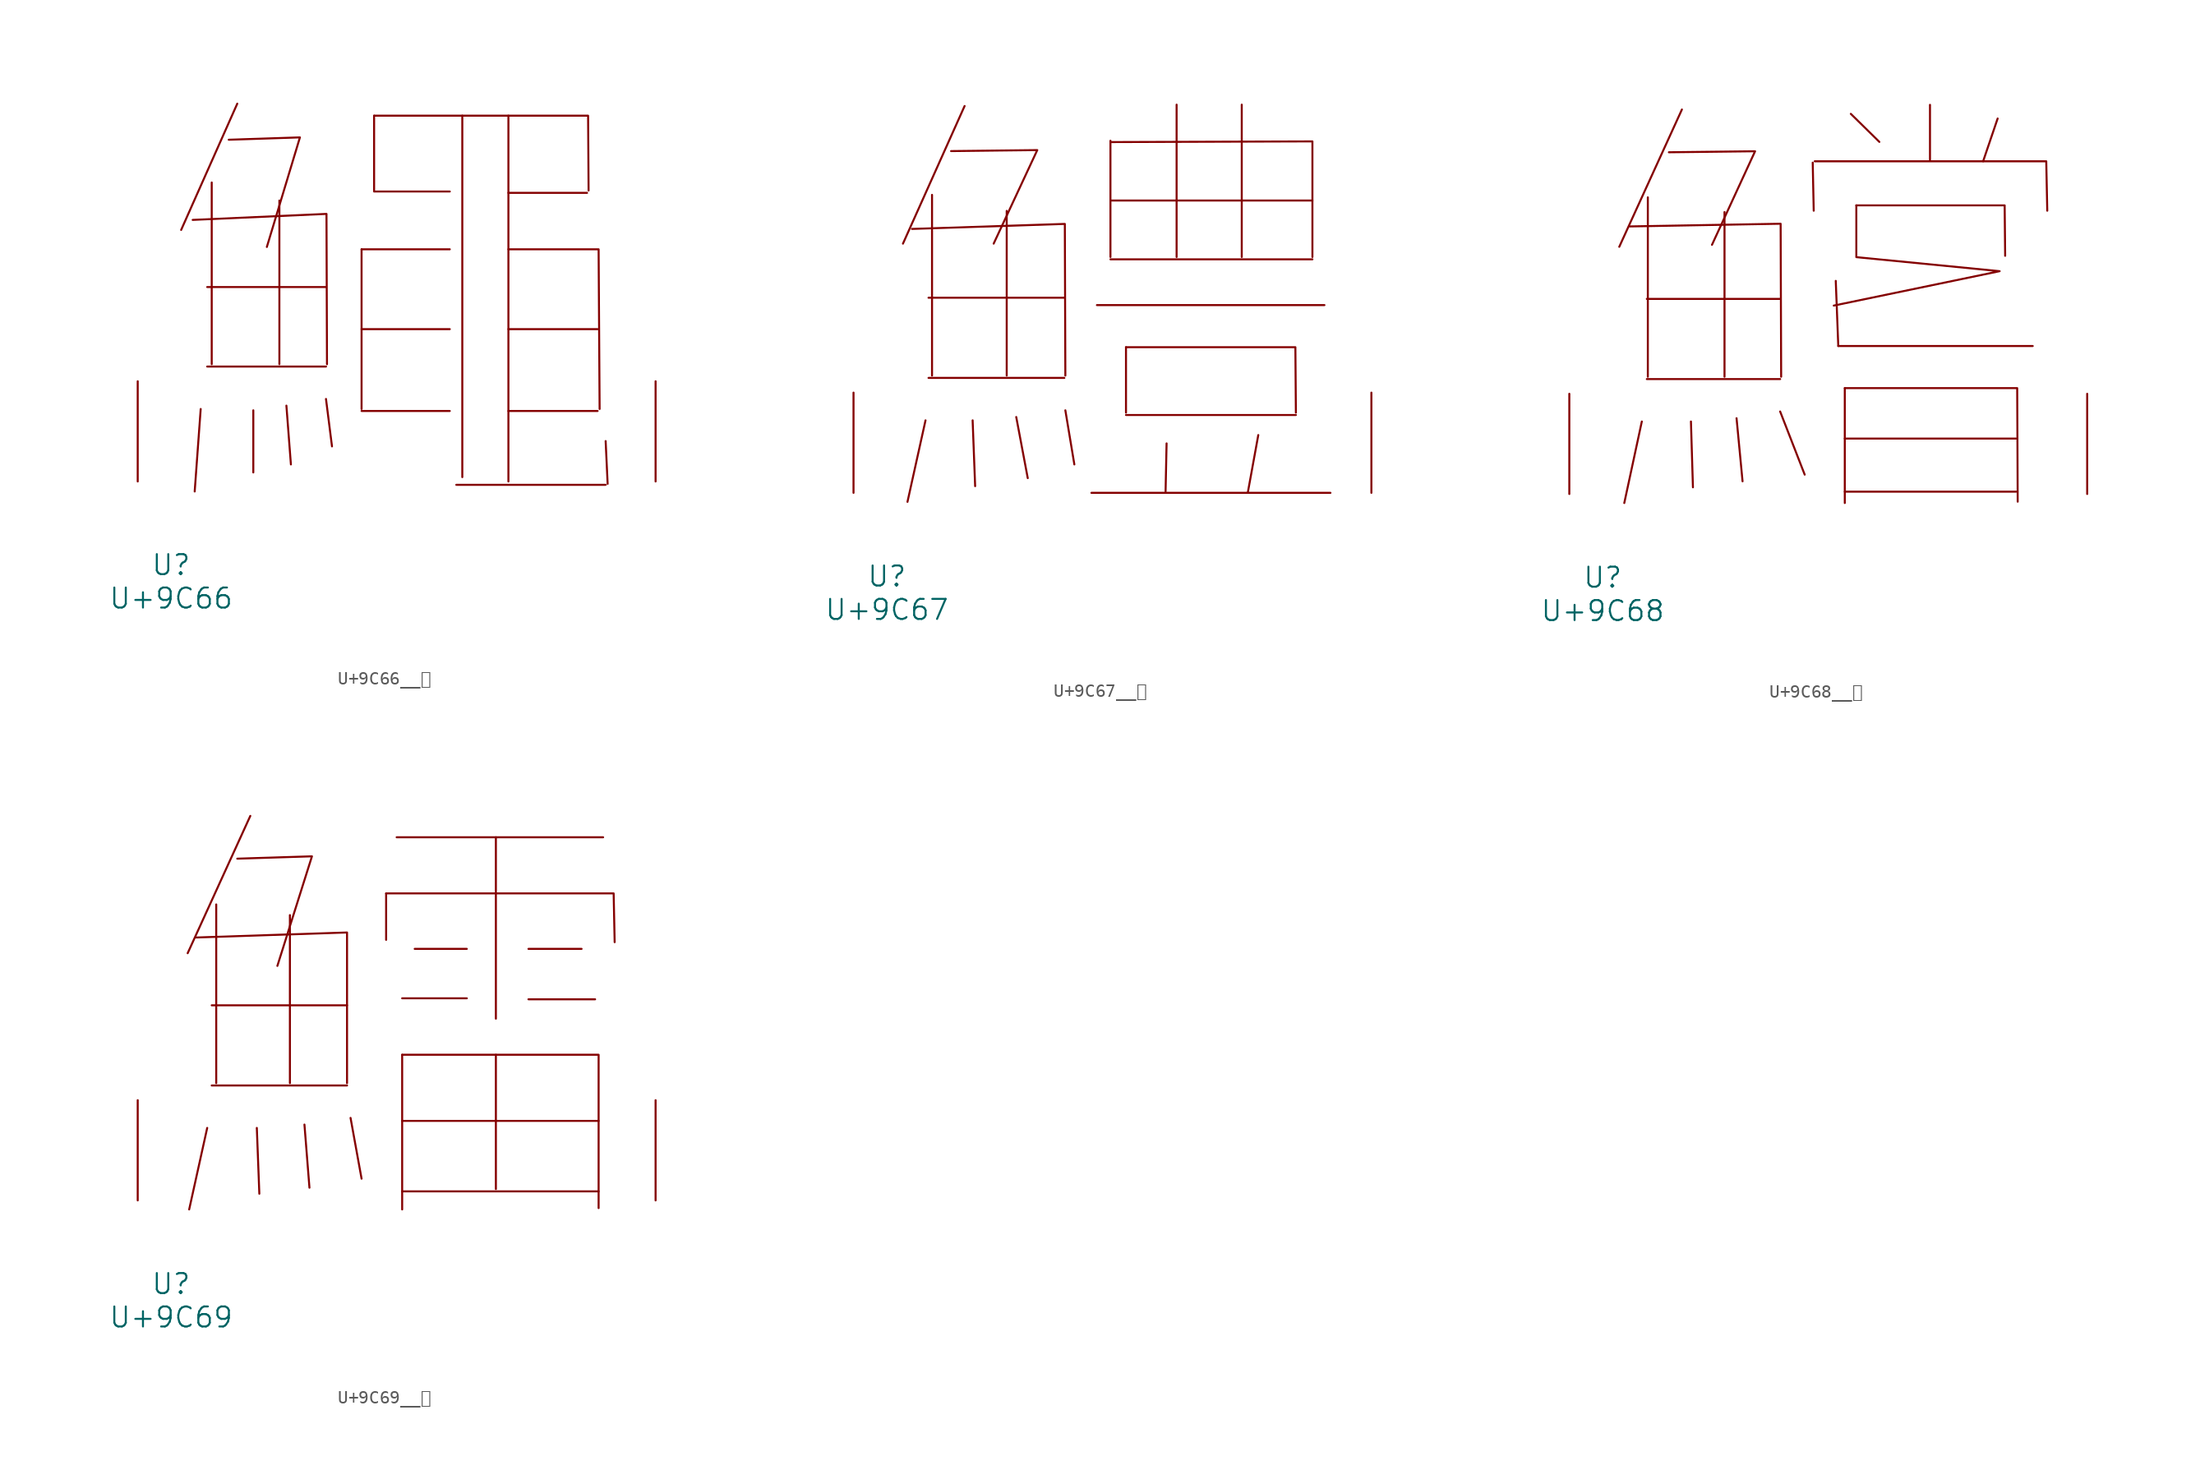
<source format=kicad_sym>
(kicad_symbol_lib
  (version 20231120)
  (generator "kicad_symbol_editor")
  (generator_version "8.0")
  (symbol "U+9C66__鱦"
    (pin_names
      (offset 1.016))
    (property "Reference" "U"
      (at 0 -6.35 0)
      (effects (font (size 1.524 1.524))))
    (property "Value" "U+9C66"
      (at 0 -8.89 0)
      (effects (font (size 1.524 1.524))))
    (symbol "U+9C66__鱦_0_1"
      (polyline (pts (xy 2.248 5.512) (xy 1.791 -0.762)) (stroke (width 0) (type solid)) (fill (type none)))
      (polyline (pts (xy 2.743 8.738) (xy 11.773 8.738)) (stroke (width 0) (type solid)) (fill (type none)))
      (polyline (pts (xy 2.743 14.783) (xy 11.773 14.783)) (stroke (width 0) (type solid)) (fill (type none)))
      (polyline (pts (xy 3.086 22.733) (xy 3.086 8.915)) (stroke (width 0) (type solid)) (fill (type none)))
      (polyline (pts (xy 5.029 28.727) (xy 0.762 19.126)) (stroke (width 0) (type solid)) (fill (type none)))
      (polyline (pts (xy 6.248 5.41) (xy 6.248 0.686)) (stroke (width 0) (type solid)) (fill (type none)))
      (polyline (pts (xy 8.23 21.361) (xy 8.23 8.915)) (stroke (width 0) (type solid)) (fill (type none)))
      (polyline (pts (xy 8.763 5.766) (xy 9.106 1.295)) (stroke (width 0) (type solid)) (fill (type none)))
      (polyline (pts (xy 11.773 6.274) (xy 12.23 2.667)) (stroke (width 0) (type solid)) (fill (type none)))
      (polyline (pts (xy 14.478 5.359) (xy 21.184 5.359)) (stroke (width 0) (type solid)) (fill (type none)))
      (polyline (pts (xy 14.478 11.582) (xy 21.184 11.582)) (stroke (width 0) (type solid)) (fill (type none)))
      (polyline (pts (xy 14.478 17.653) (xy 14.478 5.512)) (stroke (width 0) (type solid)) (fill (type none)))
      (polyline (pts (xy 14.478 17.653) (xy 21.184 17.653)) (stroke (width 0) (type solid)) (fill (type none)))
      (polyline (pts (xy 15.431 22.047) (xy 21.184 22.047)) (stroke (width 0) (type solid)) (fill (type none)))
      (polyline (pts (xy 15.431 27.813) (xy 15.431 22.123)) (stroke (width 0) (type solid)) (fill (type none)))
      (polyline (pts (xy 21.679 -0.254) (xy 33.033 -0.254)) (stroke (width 0) (type solid)) (fill (type none)))
      (polyline (pts (xy 22.136 27.813) (xy 22.136 0.33)) (stroke (width 0) (type solid)) (fill (type none)))
      (polyline (pts (xy 25.641 5.359) (xy 32.423 5.359)) (stroke (width 0) (type solid)) (fill (type none)))
      (polyline (pts (xy 25.641 11.582) (xy 32.423 11.582)) (stroke (width 0) (type solid)) (fill (type none)))
      (polyline (pts (xy 25.641 21.946) (xy 31.623 21.946)) (stroke (width 0) (type solid)) (fill (type none)))
      (polyline (pts (xy 25.641 27.813) (xy 25.641 0)) (stroke (width 0) (type solid)) (fill (type none)))
      (polyline (pts (xy 33.033 3.073) (xy 33.185 -0.178)) (stroke (width 0) (type solid)) (fill (type none)))
      (polyline (pts (xy 1.638 19.888) (xy 11.811 20.345) (xy 11.849 8.915)) (stroke (width 0) (type solid)) (fill (type none)))
      (polyline (pts (xy 4.381 25.984) (xy 9.792 26.162) (xy 7.277 17.831)) (stroke (width 0) (type solid)) (fill (type none)))
      (polyline (pts (xy 15.431 27.813) (xy 31.699 27.813) (xy 31.737 22.123)) (stroke (width 0) (type solid)) (fill (type none)))
      (polyline (pts (xy 25.641 17.653) (xy 32.499 17.653) (xy 32.575 5.512)) (stroke (width 0) (type solid)) (fill (type none)))
      (pin input line (at -2.54 0 90) (length 7.62) (name "~" (effects (font (size 1.27 1.27)))) (number "~" (effects (font (size 1.27 1.27)))))
      (pin input line (at 36.83 0 90) (length 7.62) (name "~" (effects (font (size 1.27 1.27)))) (number "~" (effects (font (size 1.27 1.27)))))))
  (symbol "U+9C67__鱧"
    (pin_names
      (offset 1.016))
    (property "Reference" "U"
      (at 0 -6.35 0)
      (effects (font (size 1.524 1.524))))
    (property "Value" "U+9C67"
      (at 0 -8.89 0)
      (effects (font (size 1.524 1.524))))
    (symbol "U+9C67__鱧_0_1"
      (polyline (pts (xy 2.934 5.512) (xy 1.562 -0.686)) (stroke (width 0) (type solid)) (fill (type none)))
      (polyline (pts (xy 3.162 8.738) (xy 13.487 8.738)) (stroke (width 0) (type solid)) (fill (type none)))
      (polyline (pts (xy 3.162 14.834) (xy 13.487 14.834)) (stroke (width 0) (type solid)) (fill (type none)))
      (polyline (pts (xy 3.429 22.657) (xy 3.429 8.915)) (stroke (width 0) (type solid)) (fill (type none)))
      (polyline (pts (xy 5.905 29.413) (xy 1.219 18.948)) (stroke (width 0) (type solid)) (fill (type none)))
      (polyline (pts (xy 6.515 5.512) (xy 6.706 0.508)) (stroke (width 0) (type solid)) (fill (type none)))
      (polyline (pts (xy 9.106 21.438) (xy 9.106 8.915)) (stroke (width 0) (type solid)) (fill (type none)))
      (polyline (pts (xy 9.83 5.766) (xy 10.706 1.118)) (stroke (width 0) (type solid)) (fill (type none)))
      (polyline (pts (xy 13.564 6.274) (xy 14.249 2.159)) (stroke (width 0) (type solid)) (fill (type none)))
      (polyline (pts (xy 15.545 0) (xy 33.718 0)) (stroke (width 0) (type solid)) (fill (type none)))
      (polyline (pts (xy 15.964 14.275) (xy 33.261 14.275)) (stroke (width 0) (type solid)) (fill (type none)))
      (polyline (pts (xy 16.993 17.755) (xy 32.347 17.755)) (stroke (width 0) (type solid)) (fill (type none)))
      (polyline (pts (xy 16.993 22.225) (xy 32.347 22.225)) (stroke (width 0) (type solid)) (fill (type none)))
      (polyline (pts (xy 16.993 26.772) (xy 16.993 17.932)) (stroke (width 0) (type solid)) (fill (type none)))
      (polyline (pts (xy 18.174 5.918) (xy 31.09 5.918)) (stroke (width 0) (type solid)) (fill (type none)))
      (polyline (pts (xy 18.174 11.074) (xy 18.174 6.096)) (stroke (width 0) (type solid)) (fill (type none)))
      (polyline (pts (xy 21.26 3.759) (xy 21.184 0.102)) (stroke (width 0) (type solid)) (fill (type none)))
      (polyline (pts (xy 22.022 29.515) (xy 22.022 17.932)) (stroke (width 0) (type solid)) (fill (type none)))
      (polyline (pts (xy 26.975 29.515) (xy 26.975 17.932)) (stroke (width 0) (type solid)) (fill (type none)))
      (polyline (pts (xy 28.232 4.394) (xy 27.432 0)) (stroke (width 0) (type solid)) (fill (type none)))
      (polyline (pts (xy 1.905 20.066) (xy 13.525 20.447) (xy 13.564 8.915)) (stroke (width 0) (type solid)) (fill (type none)))
      (polyline (pts (xy 4.877 25.984) (xy 11.43 26.06) (xy 8.115 18.948)) (stroke (width 0) (type solid)) (fill (type none)))
      (polyline (pts (xy 16.993 26.67) (xy 32.347 26.721) (xy 32.347 17.932)) (stroke (width 0) (type solid)) (fill (type none)))
      (polyline (pts (xy 18.174 11.074) (xy 31.052 11.074) (xy 31.09 6.096)) (stroke (width 0) (type solid)) (fill (type none)))
      (pin input line (at -2.54 0 90) (length 7.62) (name "~" (effects (font (size 1.27 1.27)))) (number "~" (effects (font (size 1.27 1.27)))))
      (pin input line (at 36.83 0 90) (length 7.62) (name "~" (effects (font (size 1.27 1.27)))) (number "~" (effects (font (size 1.27 1.27)))))))
  (symbol "U+9C68__鱨"
    (pin_names
      (offset 1.016))
    (property "Reference" "U"
      (at 0 -6.35 0)
      (effects (font (size 1.524 1.524))))
    (property "Value" "U+9C68"
      (at 0 -8.89 0)
      (effects (font (size 1.524 1.524))))
    (symbol "U+9C68__鱨_0_1"
      (polyline (pts (xy 2.972 5.512) (xy 1.638 -0.686)) (stroke (width 0) (type solid)) (fill (type none)))
      (polyline (pts (xy 3.353 8.738) (xy 13.487 8.738)) (stroke (width 0) (type solid)) (fill (type none)))
      (polyline (pts (xy 3.353 14.834) (xy 13.487 14.834)) (stroke (width 0) (type solid)) (fill (type none)))
      (polyline (pts (xy 3.429 22.555) (xy 3.429 8.915)) (stroke (width 0) (type solid)) (fill (type none)))
      (polyline (pts (xy 6.02 29.235) (xy 1.257 18.796)) (stroke (width 0) (type solid)) (fill (type none)))
      (polyline (pts (xy 6.706 5.512) (xy 6.858 0.508)) (stroke (width 0) (type solid)) (fill (type none)))
      (polyline (pts (xy 9.258 21.438) (xy 9.258 8.915)) (stroke (width 0) (type solid)) (fill (type none)))
      (polyline (pts (xy 10.173 5.766) (xy 10.63 0.965)) (stroke (width 0) (type solid)) (fill (type none)))
      (polyline (pts (xy 13.487 6.274) (xy 15.354 1.473)) (stroke (width 0) (type solid)) (fill (type none)))
      (polyline (pts (xy 15.964 25.197) (xy 16.04 21.539)) (stroke (width 0) (type solid)) (fill (type none)))
      (polyline (pts (xy 17.716 16.205) (xy 17.907 11.252)) (stroke (width 0) (type solid)) (fill (type none)))
      (polyline (pts (xy 17.907 11.252) (xy 32.69 11.252)) (stroke (width 0) (type solid)) (fill (type none)))
      (polyline (pts (xy 18.402 0.178) (xy 31.433 0.178)) (stroke (width 0) (type solid)) (fill (type none)))
      (polyline (pts (xy 18.402 4.216) (xy 31.433 4.216)) (stroke (width 0) (type solid)) (fill (type none)))
      (polyline (pts (xy 18.402 8.052) (xy 18.402 -0.686)) (stroke (width 0) (type solid)) (fill (type none)))
      (polyline (pts (xy 18.86 28.905) (xy 21.031 26.772)) (stroke (width 0) (type solid)) (fill (type none)))
      (polyline (pts (xy 24.879 29.591) (xy 24.879 25.375)) (stroke (width 0) (type solid)) (fill (type none)))
      (polyline (pts (xy 30.023 28.55) (xy 28.918 25.298)) (stroke (width 0) (type solid)) (fill (type none)))
      (polyline (pts (xy 2.057 20.345) (xy 13.525 20.549) (xy 13.564 8.915)) (stroke (width 0) (type solid)) (fill (type none)))
      (polyline (pts (xy 5.029 25.984) (xy 11.582 26.06) (xy 8.306 18.948)) (stroke (width 0) (type solid)) (fill (type none)))
      (polyline (pts (xy 16.116 25.298) (xy 33.718 25.298) (xy 33.795 21.539)) (stroke (width 0) (type solid)) (fill (type none)))
      (polyline (pts (xy 18.402 8.052) (xy 31.509 8.052) (xy 31.547 -0.584)) (stroke (width 0) (type solid)) (fill (type none)))
      (polyline (pts (xy 19.279 21.946) (xy 30.556 21.946) (xy 30.594 18.11)) (stroke (width 0) (type solid)) (fill (type none)))
      (polyline (pts (xy 19.279 21.946) (xy 19.279 18.009) (xy 30.175 16.942) (xy 17.564 14.326)) (stroke (width 0) (type solid)) (fill (type none)))
      (pin input line (at -2.54 0 90) (length 7.62) (name "~" (effects (font (size 1.27 1.27)))) (number "~" (effects (font (size 1.27 1.27)))))
      (pin input line (at 36.83 0 90) (length 7.62) (name "~" (effects (font (size 1.27 1.27)))) (number "~" (effects (font (size 1.27 1.27)))))))
  (symbol "U+9C69__鱩"
    (pin_names
      (offset 1.016))
    (property "Reference" "U"
      (at 0 -6.35 0)
      (effects (font (size 1.524 1.524))))
    (property "Value" "U+9C69"
      (at 0 -8.89 0)
      (effects (font (size 1.524 1.524))))
    (symbol "U+9C69__鱩_0_1"
      (polyline (pts (xy 2.743 5.512) (xy 1.372 -0.686)) (stroke (width 0) (type solid)) (fill (type none)))
      (polyline (pts (xy 3.086 8.738) (xy 13.373 8.738)) (stroke (width 0) (type solid)) (fill (type none)))
      (polyline (pts (xy 3.086 14.834) (xy 13.373 14.834)) (stroke (width 0) (type solid)) (fill (type none)))
      (polyline (pts (xy 3.429 22.504) (xy 3.429 8.915)) (stroke (width 0) (type solid)) (fill (type none)))
      (polyline (pts (xy 6.02 29.235) (xy 1.257 18.796)) (stroke (width 0) (type solid)) (fill (type none)))
      (polyline (pts (xy 6.515 5.512) (xy 6.706 0.508)) (stroke (width 0) (type solid)) (fill (type none)))
      (polyline (pts (xy 9.03 21.692) (xy 9.03 8.915)) (stroke (width 0) (type solid)) (fill (type none)))
      (polyline (pts (xy 10.135 5.766) (xy 10.516 0.965)) (stroke (width 0) (type solid)) (fill (type none)))
      (polyline (pts (xy 13.64 6.274) (xy 14.478 1.651)) (stroke (width 0) (type solid)) (fill (type none)))
      (polyline (pts (xy 16.345 23.343) (xy 16.345 19.812)) (stroke (width 0) (type solid)) (fill (type none)))
      (polyline (pts (xy 17.145 27.61) (xy 32.842 27.61)) (stroke (width 0) (type solid)) (fill (type none)))
      (polyline (pts (xy 17.564 0.686) (xy 32.499 0.686)) (stroke (width 0) (type solid)) (fill (type none)))
      (polyline (pts (xy 17.564 6.045) (xy 32.499 6.045)) (stroke (width 0) (type solid)) (fill (type none)))
      (polyline (pts (xy 17.564 11.074) (xy 17.564 -0.686)) (stroke (width 0) (type solid)) (fill (type none)))
      (polyline (pts (xy 17.564 15.367) (xy 22.479 15.367)) (stroke (width 0) (type solid)) (fill (type none)))
      (polyline (pts (xy 18.517 19.126) (xy 22.479 19.126)) (stroke (width 0) (type solid)) (fill (type none)))
      (polyline (pts (xy 24.689 11.074) (xy 24.689 0.864)) (stroke (width 0) (type solid)) (fill (type none)))
      (polyline (pts (xy 24.689 27.61) (xy 24.689 13.818)) (stroke (width 0) (type solid)) (fill (type none)))
      (polyline (pts (xy 27.165 15.291) (xy 32.233 15.291)) (stroke (width 0) (type solid)) (fill (type none)))
      (polyline (pts (xy 27.165 19.126) (xy 31.204 19.126)) (stroke (width 0) (type solid)) (fill (type none)))
      (polyline (pts (xy 1.905 19.99) (xy 13.373 20.371) (xy 13.373 8.915)) (stroke (width 0) (type solid)) (fill (type none)))
      (polyline (pts (xy 5.029 25.984) (xy 10.706 26.162) (xy 8.077 17.831)) (stroke (width 0) (type solid)) (fill (type none)))
      (polyline (pts (xy 16.345 23.343) (xy 33.642 23.343) (xy 33.718 19.634)) (stroke (width 0) (type solid)) (fill (type none)))
      (polyline (pts (xy 17.564 11.074) (xy 32.499 11.074) (xy 32.499 -0.584)) (stroke (width 0) (type solid)) (fill (type none)))
      (pin input line (at -2.54 0 90) (length 7.62) (name "~" (effects (font (size 1.27 1.27)))) (number "~" (effects (font (size 1.27 1.27)))))
      (pin input line (at 36.83 0 90) (length 7.62) (name "~" (effects (font (size 1.27 1.27)))) (number "~" (effects (font (size 1.27 1.27))))))))
</source>
